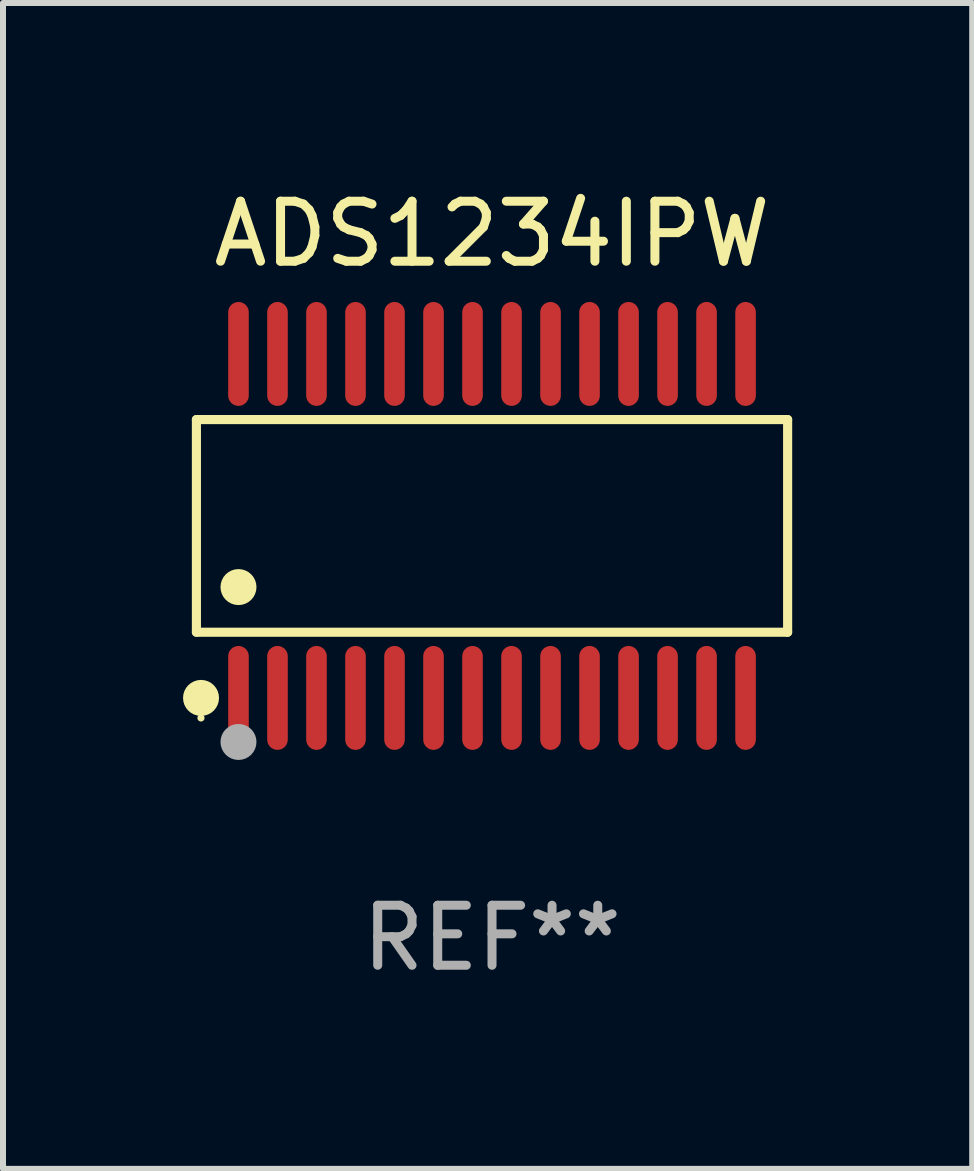
<source format=kicad_pcb>
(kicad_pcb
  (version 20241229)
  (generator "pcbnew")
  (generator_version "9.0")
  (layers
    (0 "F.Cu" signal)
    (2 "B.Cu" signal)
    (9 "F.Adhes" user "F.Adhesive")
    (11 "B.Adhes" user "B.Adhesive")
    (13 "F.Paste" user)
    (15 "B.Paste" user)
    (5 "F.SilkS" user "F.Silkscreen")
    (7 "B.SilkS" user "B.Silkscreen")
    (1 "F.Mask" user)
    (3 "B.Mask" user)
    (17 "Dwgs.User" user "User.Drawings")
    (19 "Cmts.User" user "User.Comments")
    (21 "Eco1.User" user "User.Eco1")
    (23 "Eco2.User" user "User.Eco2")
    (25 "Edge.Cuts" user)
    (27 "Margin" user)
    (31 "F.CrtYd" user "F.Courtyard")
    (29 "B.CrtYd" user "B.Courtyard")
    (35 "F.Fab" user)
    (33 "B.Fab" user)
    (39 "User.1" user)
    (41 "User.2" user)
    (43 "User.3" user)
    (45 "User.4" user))
  (footprint "ADS1234IPW"
    (layer "F.Cu")
    (at 5.149 5.714)
    (property "Reference" "ADS1234IPW" (at 0 -4.866 0) (layer "F.SilkS") (effects (font (size 1 1) (thickness 0.15))))
    (attr through_hole)
    (fp_line (start -4.926 -1.772) (end 4.926 -1.772) (stroke (width 0.152) (type solid)) (layer "F.SilkS"))
    (fp_line (start -4.926 1.771) (end -4.926 -1.772) (stroke (width 0.152) (type solid)) (layer "F.SilkS"))
    (fp_line (start 4.926 -1.772) (end 4.926 1.771) (stroke (width 0.152) (type solid)) (layer "F.SilkS"))
    (fp_line (start 4.926 1.771) (end -4.926 1.771) (stroke (width 0.152) (type solid)) (layer "F.SilkS"))
    (fp_circle (center -4.85 3.2) (end -4.82 3.2) (stroke (width 0.06) (type solid)) (fill no) (layer "F.SilkS"))
    (fp_circle (center -4.849 2.866) (end -4.699 2.866) (stroke (width 0.3) (type solid)) (fill no) (layer "F.SilkS"))
    (fp_circle (center -4.225 1.019) (end -4.075 1.019) (stroke (width 0.3) (type solid)) (fill no) (layer "F.SilkS"))
    (fp_circle (center -4.225 3.6) (end -4.075 3.6) (stroke (width 0.3) (type solid)) (fill no) (layer "F.Fab"))
    (fp_text user "REF**" (at 0 6.866 0) (layer "F.Fab") (effects (font (size 1 1) (thickness 0.15))))
    (pad "1" smd oval (at -4.225 2.866) (size 0.343 1.731) (layers "F.Cu" "F.Mask" "F.Paste"))
    (pad "2" smd oval (at -3.575 2.866) (size 0.343 1.731) (layers "F.Cu" "F.Mask" "F.Paste"))
    (pad "3" smd oval (at -2.925 2.866) (size 0.343 1.731) (layers "F.Cu" "F.Mask" "F.Paste"))
    (pad "4" smd oval (at -2.275 2.866) (size 0.343 1.731) (layers "F.Cu" "F.Mask" "F.Paste"))
    (pad "5" smd oval (at -1.625 2.866) (size 0.343 1.731) (layers "F.Cu" "F.Mask" "F.Paste"))
    (pad "6" smd oval (at -0.975 2.866) (size 0.343 1.731) (layers "F.Cu" "F.Mask" "F.Paste"))
    (pad "7" smd oval (at -0.325 2.866) (size 0.343 1.731) (layers "F.Cu" "F.Mask" "F.Paste"))
    (pad "8" smd oval (at 0.325 2.866) (size 0.343 1.731) (layers "F.Cu" "F.Mask" "F.Paste"))
    (pad "9" smd oval (at 0.975 2.866) (size 0.343 1.731) (layers "F.Cu" "F.Mask" "F.Paste"))
    (pad "10" smd oval (at 1.625 2.866) (size 0.343 1.731) (layers "F.Cu" "F.Mask" "F.Paste"))
    (pad "11" smd oval (at 2.275 2.866) (size 0.343 1.731) (layers "F.Cu" "F.Mask" "F.Paste"))
    (pad "12" smd oval (at 2.925 2.866) (size 0.343 1.731) (layers "F.Cu" "F.Mask" "F.Paste"))
    (pad "13" smd oval (at 3.575 2.866) (size 0.343 1.731) (layers "F.Cu" "F.Mask" "F.Paste"))
    (pad "14" smd oval (at 4.225 2.866) (size 0.343 1.731) (layers "F.Cu" "F.Mask" "F.Paste"))
    (pad "15" smd oval (at 4.225 -2.866) (size 0.343 1.731) (layers "F.Cu" "F.Mask" "F.Paste"))
    (pad "16" smd oval (at 3.575 -2.866) (size 0.343 1.731) (layers "F.Cu" "F.Mask" "F.Paste"))
    (pad "17" smd oval (at 2.925 -2.866) (size 0.343 1.731) (layers "F.Cu" "F.Mask" "F.Paste"))
    (pad "18" smd oval (at 2.275 -2.866) (size 0.343 1.731) (layers "F.Cu" "F.Mask" "F.Paste"))
    (pad "19" smd oval (at 1.625 -2.866) (size 0.343 1.731) (layers "F.Cu" "F.Mask" "F.Paste"))
    (pad "20" smd oval (at 0.975 -2.866) (size 0.343 1.731) (layers "F.Cu" "F.Mask" "F.Paste"))
    (pad "21" smd oval (at 0.325 -2.866) (size 0.343 1.731) (layers "F.Cu" "F.Mask" "F.Paste"))
    (pad "22" smd oval (at -0.325 -2.866) (size 0.343 1.731) (layers "F.Cu" "F.Mask" "F.Paste"))
    (pad "23" smd oval (at -0.975 -2.866) (size 0.343 1.731) (layers "F.Cu" "F.Mask" "F.Paste"))
    (pad "24" smd oval (at -1.625 -2.866) (size 0.343 1.731) (layers "F.Cu" "F.Mask" "F.Paste"))
    (pad "25" smd oval (at -2.275 -2.866) (size 0.343 1.731) (layers "F.Cu" "F.Mask" "F.Paste"))
    (pad "26" smd oval (at -2.925 -2.866) (size 0.343 1.731) (layers "F.Cu" "F.Mask" "F.Paste"))
    (pad "27" smd oval (at -3.575 -2.866) (size 0.343 1.731) (layers "F.Cu" "F.Mask" "F.Paste"))
    (pad "28" smd oval (at -4.225 -2.866) (size 0.343 1.731) (layers "F.Cu" "F.Mask" "F.Paste")))
  (gr_rect
    (start -3 -3)
    (end 13.151 16.428)
    (stroke (width 0.1) (type default))
    (fill no)
    (layer "Edge.Cuts")))
</source>
